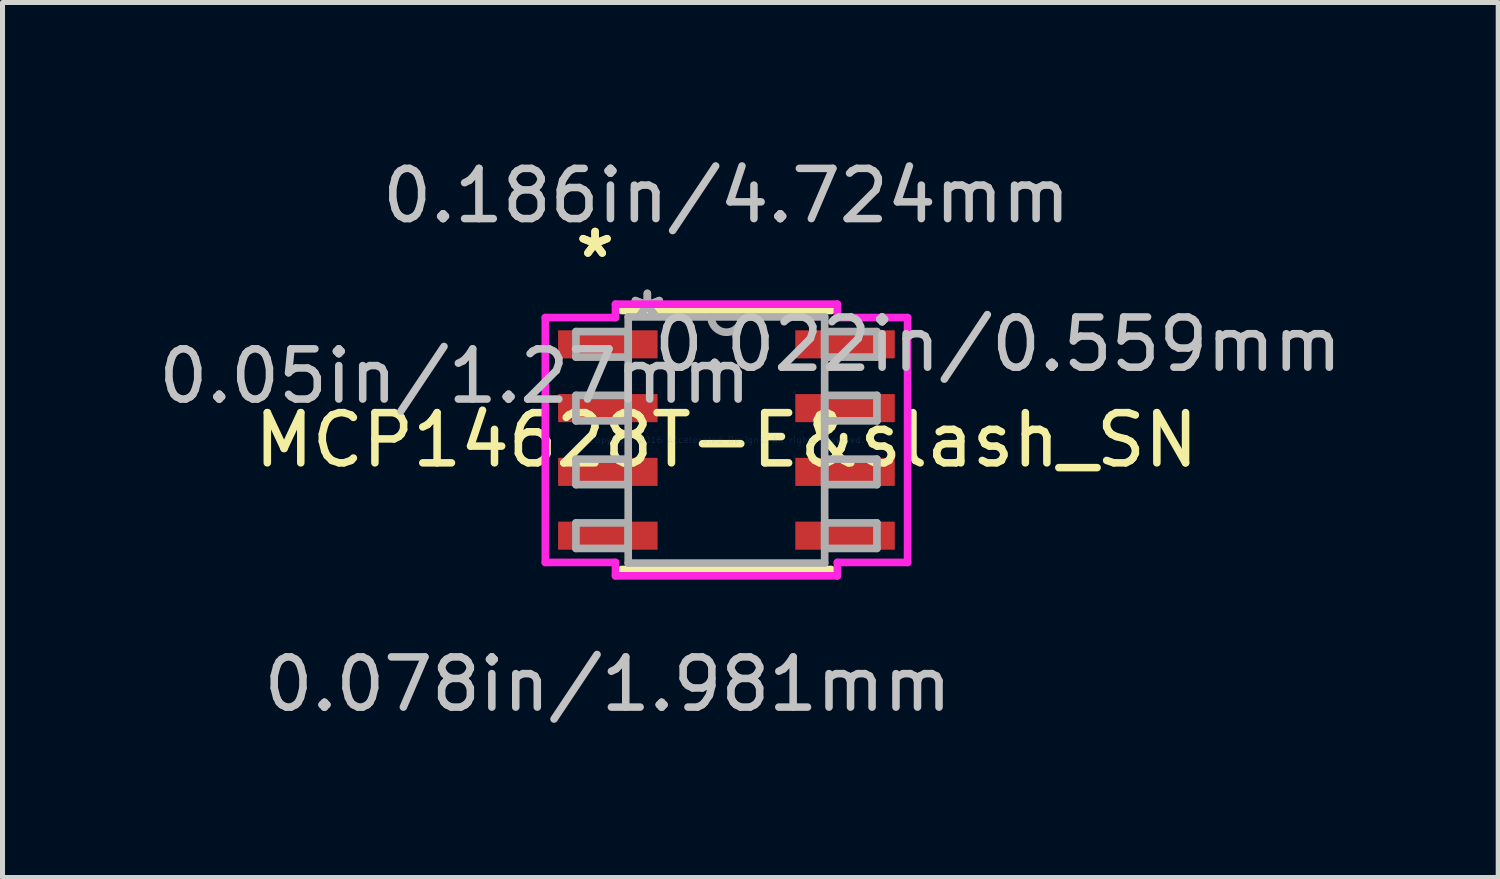
<source format=kicad_pcb>
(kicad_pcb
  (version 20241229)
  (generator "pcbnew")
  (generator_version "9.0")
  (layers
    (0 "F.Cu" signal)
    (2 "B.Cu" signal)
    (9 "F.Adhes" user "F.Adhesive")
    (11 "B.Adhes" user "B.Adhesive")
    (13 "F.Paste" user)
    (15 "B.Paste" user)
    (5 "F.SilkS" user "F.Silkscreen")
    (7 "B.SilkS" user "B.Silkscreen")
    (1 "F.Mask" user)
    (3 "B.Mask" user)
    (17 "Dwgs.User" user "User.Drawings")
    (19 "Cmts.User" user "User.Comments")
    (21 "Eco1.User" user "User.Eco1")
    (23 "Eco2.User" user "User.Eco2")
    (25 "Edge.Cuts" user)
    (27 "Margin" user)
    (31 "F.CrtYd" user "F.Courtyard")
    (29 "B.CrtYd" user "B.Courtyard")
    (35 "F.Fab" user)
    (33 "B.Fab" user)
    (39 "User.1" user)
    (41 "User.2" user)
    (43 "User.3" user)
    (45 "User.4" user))
  (footprint "MCP14628T-E&slash_SN"
    (layer "F.Cu")
    (at 11.416 5.712)
    (property "Reference" "MCP14628T-E&slash_SN" (at 0 0 0) (layer "F.SilkS") (effects (font (size 1 1) (thickness 0.15))))
    (attr through_hole)
    (fp_line (start -2.083 2.578) (end 2.083 2.578) (stroke (width 0.152) (type solid)) (layer "F.SilkS"))
    (fp_line (start 2.083 -2.578) (end -2.083 -2.578) (stroke (width 0.152) (type solid)) (layer "F.SilkS"))
    (fp_line (start -3.607 -2.438) (end -2.21 -2.438) (stroke (width 0.152) (type solid)) (layer "F.CrtYd"))
    (fp_line (start -3.607 2.438) (end -3.607 -2.438) (stroke (width 0.152) (type solid)) (layer "F.CrtYd"))
    (fp_line (start -2.21 -2.705) (end 2.21 -2.705) (stroke (width 0.152) (type solid)) (layer "F.CrtYd"))
    (fp_line (start -2.21 -2.438) (end -2.21 -2.705) (stroke (width 0.152) (type solid)) (layer "F.CrtYd"))
    (fp_line (start -2.21 2.438) (end -3.607 2.438) (stroke (width 0.152) (type solid)) (layer "F.CrtYd"))
    (fp_line (start -2.21 2.705) (end -2.21 2.438) (stroke (width 0.152) (type solid)) (layer "F.CrtYd"))
    (fp_line (start 2.21 -2.705) (end 2.21 -2.438) (stroke (width 0.152) (type solid)) (layer "F.CrtYd"))
    (fp_line (start 2.21 -2.438) (end 3.607 -2.438) (stroke (width 0.152) (type solid)) (layer "F.CrtYd"))
    (fp_line (start 2.21 2.438) (end 2.21 2.705) (stroke (width 0.152) (type solid)) (layer "F.CrtYd"))
    (fp_line (start 2.21 2.705) (end -2.21 2.705) (stroke (width 0.152) (type solid)) (layer "F.CrtYd"))
    (fp_line (start 3.607 -2.438) (end 3.607 2.438) (stroke (width 0.152) (type solid)) (layer "F.CrtYd"))
    (fp_line (start 3.607 2.438) (end 2.21 2.438) (stroke (width 0.152) (type solid)) (layer "F.CrtYd"))
    (fp_line (start -2.997 -2.159) (end -2.997 -1.651) (stroke (width 0.152) (type solid)) (layer "F.Fab"))
    (fp_line (start -2.997 -1.651) (end -1.956 -1.651) (stroke (width 0.152) (type solid)) (layer "F.Fab"))
    (fp_line (start -2.997 -0.889) (end -2.997 -0.381) (stroke (width 0.152) (type solid)) (layer "F.Fab"))
    (fp_line (start -2.997 -0.381) (end -1.956 -0.381) (stroke (width 0.152) (type solid)) (layer "F.Fab"))
    (fp_line (start -2.997 0.381) (end -2.997 0.889) (stroke (width 0.152) (type solid)) (layer "F.Fab"))
    (fp_line (start -2.997 0.889) (end -1.956 0.889) (stroke (width 0.152) (type solid)) (layer "F.Fab"))
    (fp_line (start -2.997 1.651) (end -2.997 2.159) (stroke (width 0.152) (type solid)) (layer "F.Fab"))
    (fp_line (start -2.997 2.159) (end -1.956 2.159) (stroke (width 0.152) (type solid)) (layer "F.Fab"))
    (fp_line (start -1.956 -2.451) (end -1.956 2.451) (stroke (width 0.152) (type solid)) (layer "F.Fab"))
    (fp_line (start -1.956 -2.159) (end -2.997 -2.159) (stroke (width 0.152) (type solid)) (layer "F.Fab"))
    (fp_line (start -1.956 -1.651) (end -1.956 -2.159) (stroke (width 0.152) (type solid)) (layer "F.Fab"))
    (fp_line (start -1.956 -0.889) (end -2.997 -0.889) (stroke (width 0.152) (type solid)) (layer "F.Fab"))
    (fp_line (start -1.956 -0.381) (end -1.956 -0.889) (stroke (width 0.152) (type solid)) (layer "F.Fab"))
    (fp_line (start -1.956 0.381) (end -2.997 0.381) (stroke (width 0.152) (type solid)) (layer "F.Fab"))
    (fp_line (start -1.956 0.889) (end -1.956 0.381) (stroke (width 0.152) (type solid)) (layer "F.Fab"))
    (fp_line (start -1.956 1.651) (end -2.997 1.651) (stroke (width 0.152) (type solid)) (layer "F.Fab"))
    (fp_line (start -1.956 2.159) (end -1.956 1.651) (stroke (width 0.152) (type solid)) (layer "F.Fab"))
    (fp_line (start -1.956 2.451) (end 1.956 2.451) (stroke (width 0.152) (type solid)) (layer "F.Fab"))
    (fp_line (start 1.956 -2.451) (end -1.956 -2.451) (stroke (width 0.152) (type solid)) (layer "F.Fab"))
    (fp_line (start 1.956 -2.159) (end 1.956 -1.651) (stroke (width 0.152) (type solid)) (layer "F.Fab"))
    (fp_line (start 1.956 -1.651) (end 2.997 -1.651) (stroke (width 0.152) (type solid)) (layer "F.Fab"))
    (fp_line (start 1.956 -0.889) (end 1.956 -0.381) (stroke (width 0.152) (type solid)) (layer "F.Fab"))
    (fp_line (start 1.956 -0.381) (end 2.997 -0.381) (stroke (width 0.152) (type solid)) (layer "F.Fab"))
    (fp_line (start 1.956 0.381) (end 1.956 0.889) (stroke (width 0.152) (type solid)) (layer "F.Fab"))
    (fp_line (start 1.956 0.889) (end 2.997 0.889) (stroke (width 0.152) (type solid)) (layer "F.Fab"))
    (fp_line (start 1.956 1.651) (end 1.956 2.159) (stroke (width 0.152) (type solid)) (layer "F.Fab"))
    (fp_line (start 1.956 2.159) (end 2.997 2.159) (stroke (width 0.152) (type solid)) (layer "F.Fab"))
    (fp_line (start 1.956 2.451) (end 1.956 -2.451) (stroke (width 0.152) (type solid)) (layer "F.Fab"))
    (fp_line (start 2.997 -2.159) (end 1.956 -2.159) (stroke (width 0.152) (type solid)) (layer "F.Fab"))
    (fp_line (start 2.997 -1.651) (end 2.997 -2.159) (stroke (width 0.152) (type solid)) (layer "F.Fab"))
    (fp_line (start 2.997 -0.889) (end 1.956 -0.889) (stroke (width 0.152) (type solid)) (layer "F.Fab"))
    (fp_line (start 2.997 -0.381) (end 2.997 -0.889) (stroke (width 0.152) (type solid)) (layer "F.Fab"))
    (fp_line (start 2.997 0.381) (end 1.956 0.381) (stroke (width 0.152) (type solid)) (layer "F.Fab"))
    (fp_line (start 2.997 0.889) (end 2.997 0.381) (stroke (width 0.152) (type solid)) (layer "F.Fab"))
    (fp_line (start 2.997 1.651) (end 1.956 1.651) (stroke (width 0.152) (type solid)) (layer "F.Fab"))
    (fp_line (start 2.997 2.159) (end 2.997 1.651) (stroke (width 0.152) (type solid)) (layer "F.Fab"))
    (fp_arc (start 0.3048 -2.4511) (mid 0 -2.1463) (end -0.3048 -2.4511) (stroke (width 0.1524) (type solid)) (layer "F.Fab"))
    (fp_text user "*" (at -2.616 -3.607 0) (layer "F.SilkS") (effects (font (size 1 1) (thickness 0.15))))
    (fp_text user "*" (at -2.616 -3.607 0) (layer "F.SilkS") (effects (font (size 1 1) (thickness 0.15))))
    (fp_text user "0.022in/0.559mm" (at 5.41 -1.905 0) (layer "Dwgs.User") (effects (font (size 1 1) (thickness 0.15))))
    (fp_text user "0.186in/4.724mm" (at 0 -4.864 0) (layer "Dwgs.User") (effects (font (size 1 1) (thickness 0.15))))
    (fp_text user "0.05in/1.27mm" (at -5.41 -1.27 0) (layer "Dwgs.User") (effects (font (size 1 1) (thickness 0.15))))
    (fp_text user "0.078in/1.981mm" (at -2.362 4.864 0) (layer "Dwgs.User") (effects (font (size 1 1) (thickness 0.15))))
    (fp_text user "Copyright 2016 Accelerated Designs. All rights reserved." (at 0 0 0) (layer "Cmts.User") (effects (font (size 0.127 0.127) (thickness 0.002))))
    (fp_text user "*" (at -1.575 -2.375 0) (layer "F.Fab") (effects (font (size 1 1) (thickness 0.15))))
    (fp_text user "*" (at -1.575 -2.375 0) (layer "F.Fab") (effects (font (size 1 1) (thickness 0.15))))
    (pad "1" smd rect (at -2.362 -1.905) (size 1.981 0.559) (layers "F.Cu" "F.Mask" "F.Paste"))
    (pad "2" smd rect (at -2.362 -0.635) (size 1.981 0.559) (layers "F.Cu" "F.Mask" "F.Paste"))
    (pad "3" smd rect (at -2.362 0.635) (size 1.981 0.559) (layers "F.Cu" "F.Mask" "F.Paste"))
    (pad "4" smd rect (at -2.362 1.905) (size 1.981 0.559) (layers "F.Cu" "F.Mask" "F.Paste"))
    (pad "5" smd rect (at 2.362 1.905) (size 1.981 0.559) (layers "F.Cu" "F.Mask" "F.Paste"))
    (pad "6" smd rect (at 2.362 0.635) (size 1.981 0.559) (layers "F.Cu" "F.Mask" "F.Paste"))
    (pad "7" smd rect (at 2.362 -0.635) (size 1.981 0.559) (layers "F.Cu" "F.Mask" "F.Paste"))
    (pad "8" smd rect (at 2.362 -1.905) (size 1.981 0.559) (layers "F.Cu" "F.Mask" "F.Paste")))
  (gr_rect
    (start -3 -3)
    (end 26.785 14.425)
    (stroke (width 0.1) (type default))
    (fill no)
    (layer "Edge.Cuts")))
</source>
